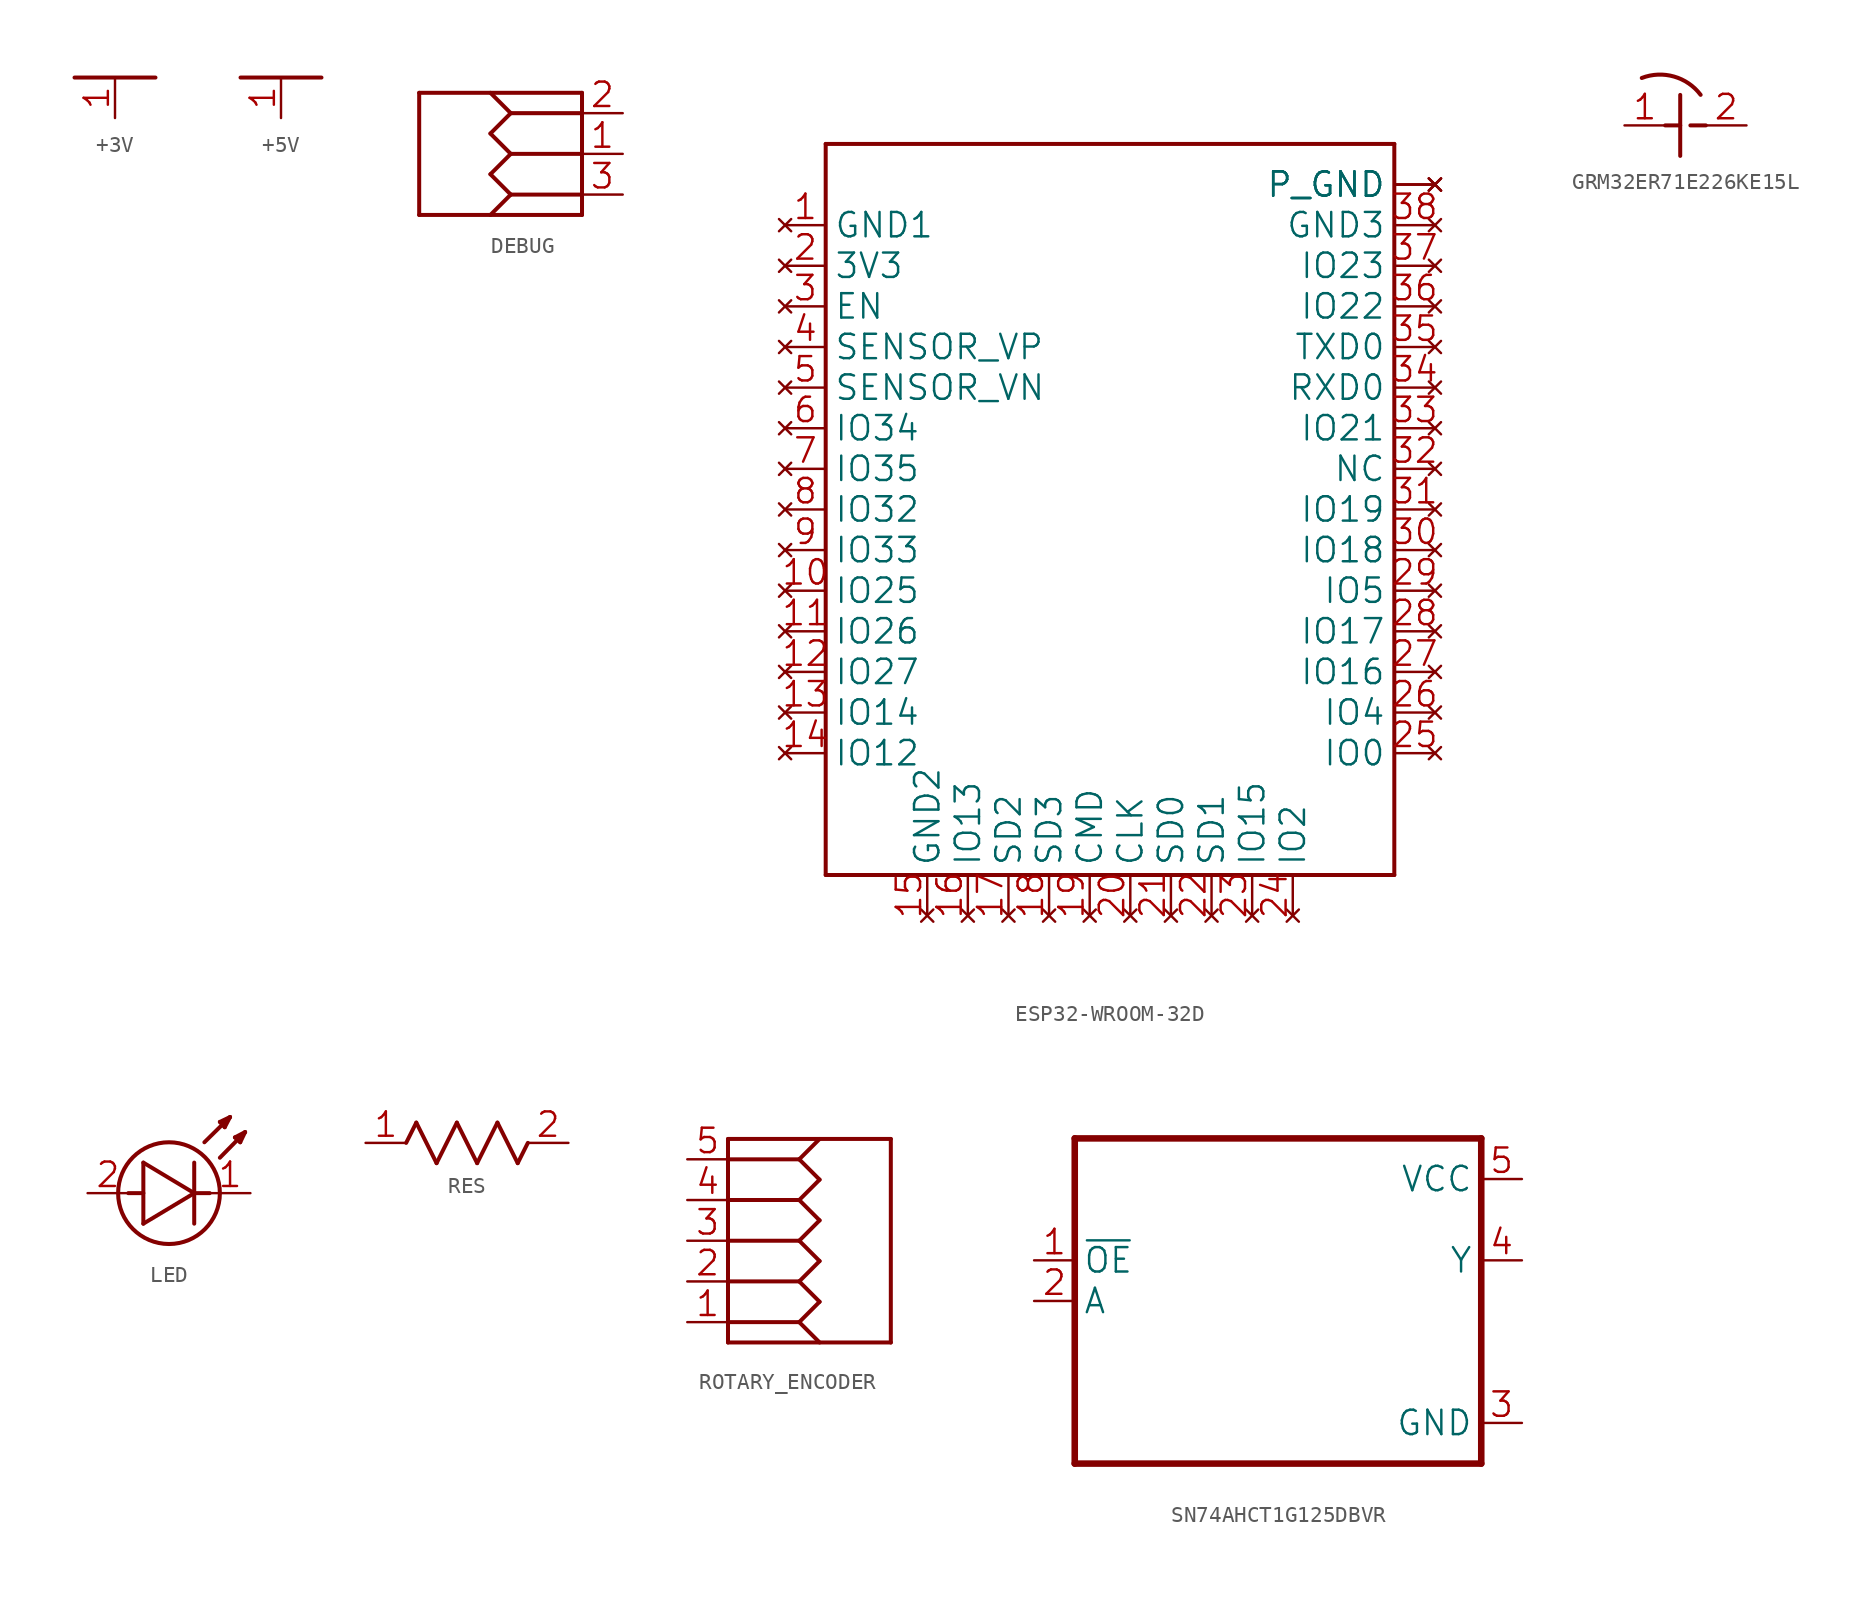
<source format=kicad_sym>
(kicad_symbol_lib
  (version 20241209)
  (generator "kicad_symbol_editor")
  (generator_version "9.0")
  (symbol "+3V"
    (power)
    (property "Reference" "#NetPort"
      (at 0 0 0)
      (effects (font (size 1.27 1.27)) (hide yes)))
    (property "ki_locked" ""
      (at 0 0 0)
      (effects (font (size 1.27 1.27))))
    (symbol "+3V_1_0"
      (polyline (pts (xy -2.54 0) (xy 2.54 0)) (stroke (width 0.25) (type solid)) (fill (type none)))
      (pin power_in line (at 0 -2.54 90) (length 2.54) (name "+3V3" (effects (font (size 0 0)))) (number "1" (effects (font (size 1.524 1.524)))))))
  (symbol "+5V"
    (power)
    (property "Reference" "#NetPort"
      (at 0 0 0)
      (effects (font (size 1.27 1.27)) (hide yes)))
    (property "ki_locked" ""
      (at 0 0 0)
      (effects (font (size 1.27 1.27))))
    (symbol "+5V_1_0"
      (polyline (pts (xy -2.54 0) (xy 2.54 0)) (stroke (width 0.25) (type solid)) (fill (type none)))
      (pin power_in line (at 0 -2.54 90) (length 2.54) (name "+5V" (effects (font (size 0 0)))) (number "1" (effects (font (size 1.524 1.524)))))))
  (symbol "DEBUG"
    (property "Reference" "J"
      (at 0 0 0)
      (effects (font (size 1.27 1.27)) (hide yes)))
    (property "ki_locked" ""
      (at 0 0 0)
      (effects (font (size 1.27 1.27))))
    (symbol "DEBUG_1_0"
      (polyline (pts (xy -5.08 3.81) (xy 5.08 3.81)) (stroke (width 0.25) (type solid)) (fill (type none)))
      (polyline (pts (xy -5.08 -3.81) (xy -5.08 3.81)) (stroke (width 0.25) (type solid)) (fill (type none)))
      (polyline (pts (xy -0.635 3.81) (xy 0.635 2.54)) (stroke (width 0.25) (type solid)) (fill (type none)))
      (polyline (pts (xy -0.635 1.27) (xy 0.635 2.54)) (stroke (width 0.25) (type solid)) (fill (type none)))
      (polyline (pts (xy -0.635 1.27) (xy 0.635 0)) (stroke (width 0.25) (type solid)) (fill (type none)))
      (polyline (pts (xy -0.635 -1.27) (xy 0.635 0)) (stroke (width 0.25) (type solid)) (fill (type none)))
      (polyline (pts (xy -0.635 -1.27) (xy 0.635 -2.54)) (stroke (width 0.25) (type solid)) (fill (type none)))
      (polyline (pts (xy -0.635 -3.81) (xy 0.635 -2.54)) (stroke (width 0.25) (type solid)) (fill (type none)))
      (polyline (pts (xy 0.635 2.54) (xy 5.08 2.54)) (stroke (width 0.25) (type solid)) (fill (type none)))
      (polyline (pts (xy 0.635 0) (xy 5.08 0)) (stroke (width 0.25) (type solid)) (fill (type none)))
      (polyline (pts (xy 0.635 -2.54) (xy 5.08 -2.54)) (stroke (width 0.25) (type solid)) (fill (type none)))
      (polyline (pts (xy 5.08 3.81) (xy 5.08 -3.81)) (stroke (width 0.25) (type solid)) (fill (type none)))
      (polyline (pts (xy 5.08 -3.81) (xy -5.08 -3.81)) (stroke (width 0.25) (type solid)) (fill (type none)))
      (pin passive line (at 7.62 2.54 180) (length 2.54) (name "3" (effects (font (size 0 0)))) (number "2" (effects (font (size 1.524 1.524)))))
      (pin passive line (at 7.62 0 180) (length 2.54) (name "2" (effects (font (size 0 0)))) (number "1" (effects (font (size 1.524 1.524)))))
      (pin passive line (at 7.62 -2.54 180) (length 2.54) (name "1" (effects (font (size 0 0)))) (number "3" (effects (font (size 1.524 1.524)))))))
  (symbol "ESP32-WROOM-32D"
    (property "Reference" "U"
      (at 0 0 0)
      (effects (font (size 1.27 1.27)) (hide yes)))
    (property "ki_locked" ""
      (at 0 0 0)
      (effects (font (size 1.27 1.27))))
    (symbol "ESP32-WROOM-32D_1_0"
      (polyline (pts (xy -17.78 22.86) (xy -17.78 -22.86)) (stroke (width 0.25) (type solid)) (fill (type none)))
      (polyline (pts (xy -17.78 -22.86) (xy 17.78 -22.86)) (stroke (width 0.25) (type solid)) (fill (type none)))
      (polyline (pts (xy 17.78 22.86) (xy -17.78 22.86)) (stroke (width 0.25) (type solid)) (fill (type none)))
      (polyline (pts (xy 17.78 -22.86) (xy 17.78 22.86)) (stroke (width 0.25) (type solid)) (fill (type none)))
      (pin no_connect line (at -20.32 17.78 0) (length 2.54) (name "GND1" (effects (font (size 1.524 1.524)))) (number "1" (effects (font (size 1.524 1.524)))))
      (pin no_connect line (at -20.32 15.24 0) (length 2.54) (name "3V3" (effects (font (size 1.524 1.524)))) (number "2" (effects (font (size 1.524 1.524)))))
      (pin no_connect line (at -20.32 12.7 0) (length 2.54) (name "EN" (effects (font (size 1.524 1.524)))) (number "3" (effects (font (size 1.524 1.524)))))
      (pin no_connect line (at -20.32 10.16 0) (length 2.54) (name "SENSOR_VP" (effects (font (size 1.524 1.524)))) (number "4" (effects (font (size 1.524 1.524)))))
      (pin no_connect line (at -20.32 7.62 0) (length 2.54) (name "SENSOR_VN" (effects (font (size 1.524 1.524)))) (number "5" (effects (font (size 1.524 1.524)))))
      (pin no_connect line (at -20.32 5.08 0) (length 2.54) (name "IO34" (effects (font (size 1.524 1.524)))) (number "6" (effects (font (size 1.524 1.524)))))
      (pin no_connect line (at -20.32 2.54 0) (length 2.54) (name "IO35" (effects (font (size 1.524 1.524)))) (number "7" (effects (font (size 1.524 1.524)))))
      (pin no_connect line (at -20.32 0 0) (length 2.54) (name "IO32" (effects (font (size 1.524 1.524)))) (number "8" (effects (font (size 1.524 1.524)))))
      (pin no_connect line (at -20.32 -2.54 0) (length 2.54) (name "IO33" (effects (font (size 1.524 1.524)))) (number "9" (effects (font (size 1.524 1.524)))))
      (pin no_connect line (at -20.32 -5.08 0) (length 2.54) (name "IO25" (effects (font (size 1.524 1.524)))) (number "10" (effects (font (size 1.524 1.524)))))
      (pin no_connect line (at -20.32 -7.62 0) (length 2.54) (name "IO26" (effects (font (size 1.524 1.524)))) (number "11" (effects (font (size 1.524 1.524)))))
      (pin no_connect line (at -20.32 -10.16 0) (length 2.54) (name "IO27" (effects (font (size 1.524 1.524)))) (number "12" (effects (font (size 1.524 1.524)))))
      (pin no_connect line (at -20.32 -12.7 0) (length 2.54) (name "IO14" (effects (font (size 1.524 1.524)))) (number "13" (effects (font (size 1.524 1.524)))))
      (pin no_connect line (at -20.32 -15.24 0) (length 2.54) (name "IO12" (effects (font (size 1.524 1.524)))) (number "14" (effects (font (size 1.524 1.524)))))
      (pin no_connect line (at -11.43 -25.4 90) (length 2.54) (name "GND2" (effects (font (size 1.524 1.524)))) (number "15" (effects (font (size 1.524 1.524)))))
      (pin no_connect line (at -8.89 -25.4 90) (length 2.54) (name "IO13" (effects (font (size 1.524 1.524)))) (number "16" (effects (font (size 1.524 1.524)))))
      (pin no_connect line (at -6.35 -25.4 90) (length 2.54) (name "SD2" (effects (font (size 1.524 1.524)))) (number "17" (effects (font (size 1.524 1.524)))))
      (pin no_connect line (at -3.81 -25.4 90) (length 2.54) (name "SD3" (effects (font (size 1.524 1.524)))) (number "18" (effects (font (size 1.524 1.524)))))
      (pin no_connect line (at -1.27 -25.4 90) (length 2.54) (name "CMD" (effects (font (size 1.524 1.524)))) (number "19" (effects (font (size 1.524 1.524)))))
      (pin no_connect line (at 1.27 -25.4 90) (length 2.54) (name "CLK" (effects (font (size 1.524 1.524)))) (number "20" (effects (font (size 1.524 1.524)))))
      (pin no_connect line (at 3.81 -25.4 90) (length 2.54) (name "SD0" (effects (font (size 1.524 1.524)))) (number "21" (effects (font (size 1.524 1.524)))))
      (pin no_connect line (at 6.35 -25.4 90) (length 2.54) (name "SD1" (effects (font (size 1.524 1.524)))) (number "22" (effects (font (size 1.524 1.524)))))
      (pin no_connect line (at 8.89 -25.4 90) (length 2.54) (name "IO15" (effects (font (size 1.524 1.524)))) (number "23" (effects (font (size 1.524 1.524)))))
      (pin no_connect line (at 11.43 -25.4 90) (length 2.54) (name "IO2" (effects (font (size 1.524 1.524)))) (number "24" (effects (font (size 1.524 1.524)))))
      (pin no_connect line (at 20.32 20.32 180) (length 2.54) (name "P_GND" (effects (font (size 1.524 1.524)))) (number "39" (effects (font (size 0 0)))))
      (pin no_connect line (at 20.32 20.32 180) (length 2.54) (name "P_GND" (effects (font (size 1.524 1.524)))) (number "42" (effects (font (size 0 0)))))
      (pin no_connect line (at 20.32 20.32 180) (length 2.54) (name "P_GND" (effects (font (size 1.524 1.524)))) (number "43" (effects (font (size 0 0)))))
      (pin no_connect line (at 20.32 17.78 180) (length 2.54) (name "GND3" (effects (font (size 1.524 1.524)))) (number "38" (effects (font (size 1.524 1.524)))))
      (pin no_connect line (at 20.32 15.24 180) (length 2.54) (name "IO23" (effects (font (size 1.524 1.524)))) (number "37" (effects (font (size 1.524 1.524)))))
      (pin no_connect line (at 20.32 12.7 180) (length 2.54) (name "IO22" (effects (font (size 1.524 1.524)))) (number "36" (effects (font (size 1.524 1.524)))))
      (pin no_connect line (at 20.32 10.16 180) (length 2.54) (name "TXD0" (effects (font (size 1.524 1.524)))) (number "35" (effects (font (size 1.524 1.524)))))
      (pin no_connect line (at 20.32 7.62 180) (length 2.54) (name "RXD0" (effects (font (size 1.524 1.524)))) (number "34" (effects (font (size 1.524 1.524)))))
      (pin no_connect line (at 20.32 5.08 180) (length 2.54) (name "IO21" (effects (font (size 1.524 1.524)))) (number "33" (effects (font (size 1.524 1.524)))))
      (pin no_connect line (at 20.32 2.54 180) (length 2.54) (name "NC" (effects (font (size 1.524 1.524)))) (number "32" (effects (font (size 1.524 1.524)))))
      (pin no_connect line (at 20.32 0 180) (length 2.54) (name "IO19" (effects (font (size 1.524 1.524)))) (number "31" (effects (font (size 1.524 1.524)))))
      (pin no_connect line (at 20.32 -2.54 180) (length 2.54) (name "IO18" (effects (font (size 1.524 1.524)))) (number "30" (effects (font (size 1.524 1.524)))))
      (pin no_connect line (at 20.32 -5.08 180) (length 2.54) (name "IO5" (effects (font (size 1.524 1.524)))) (number "29" (effects (font (size 1.524 1.524)))))
      (pin no_connect line (at 20.32 -7.62 180) (length 2.54) (name "IO17" (effects (font (size 1.524 1.524)))) (number "28" (effects (font (size 1.524 1.524)))))
      (pin no_connect line (at 20.32 -10.16 180) (length 2.54) (name "IO16" (effects (font (size 1.524 1.524)))) (number "27" (effects (font (size 1.524 1.524)))))
      (pin no_connect line (at 20.32 -12.7 180) (length 2.54) (name "IO4" (effects (font (size 1.524 1.524)))) (number "26" (effects (font (size 1.524 1.524)))))
      (pin no_connect line (at 20.32 -15.24 180) (length 2.54) (name "IO0" (effects (font (size 1.524 1.524)))) (number "25" (effects (font (size 1.524 1.524)))))))
  (symbol "GRM32ER71E226KE15L"
    (property "Reference" "C"
      (at 0 0 0)
      (effects (font (size 1.27 1.27)) (hide yes)))
    (property "ki_locked" ""
      (at 0 0 0)
      (effects (font (size 1.27 1.27))))
    (symbol "GRM32ER71E226KE15L_1_0"
      (arc (start -2.7303 2.963) (mid -0.7171 3.0519) (end 0.944 1.911) (stroke (width 0.254) (type solid)) (fill (type none)))
      (polyline (pts (xy -1.27 0) (xy -0.33 0)) (stroke (width 0.25) (type solid)) (fill (type none)))
      (polyline (pts (xy -0.33 -1.905) (xy -0.33 1.905)) (stroke (width 0.25) (type solid)) (fill (type none)))
      (polyline (pts (xy 0.305 0) (xy 1.27 0)) (stroke (width 0.25) (type solid)) (fill (type none)))
      (pin passive line (at -3.81 0 0) (length 2.54) (name "1" (effects (font (size 0 0)))) (number "1" (effects (font (size 1.524 1.524)))))
      (pin passive line (at 3.81 0 180) (length 2.54) (name "2" (effects (font (size 0 0)))) (number "2" (effects (font (size 1.524 1.524)))))))
  (symbol "LED"
    (property "Reference" "D"
      (at 0 0 0)
      (effects (font (size 1.27 1.27)) (hide yes)))
    (property "ki_locked" ""
      (at 0 0 0)
      (effects (font (size 1.27 1.27))))
    (symbol "LED_1_0"
      (polyline (pts (xy -3.327 -0.787) (xy -2.388 -0.787)) (stroke (width 0.25) (type solid)) (fill (type none)))
      (polyline (pts (xy -2.388 1.118) (xy -2.388 -2.692)) (stroke (width 0.25) (type solid)) (fill (type none)))
      (polyline (pts (xy -2.388 -2.692) (xy 0.787 -0.787)) (stroke (width 0.25) (type solid)) (fill (type none)))
      (circle (center -0.787 -0.787) (radius 3.175) (stroke (width 0.254) (type solid)) (fill (type none)))
      (polyline (pts (xy 0.787 -0.787) (xy -2.388 1.118)) (stroke (width 0.25) (type solid)) (fill (type none)))
      (polyline (pts (xy 0.787 -0.787) (xy 1.753 -0.787)) (stroke (width 0.25) (type solid)) (fill (type none)))
      (polyline (pts (xy 0.787 -2.692) (xy 0.787 1.118)) (stroke (width 0.25) (type solid)) (fill (type none)))
      (polyline (pts (xy 1.422 2.388) (xy 3.023 3.962)) (stroke (width 0.25) (type solid)) (fill (type none)))
      (polyline (pts (xy 2.388 3.658) (xy 2.692 3.327)) (stroke (width 0.25) (type solid)) (fill (type none)))
      (polyline (pts (xy 2.388 1.422) (xy 3.962 3.023)) (stroke (width 0.25) (type solid)) (fill (type none)))
      (polyline (pts (xy 2.692 3.327) (xy 3.023 3.962)) (stroke (width 0.25) (type solid)) (fill (type none)))
      (polyline (pts (xy 3.023 3.962) (xy 2.388 3.658)) (stroke (width 0.25) (type solid)) (fill (type none)))
      (polyline (pts (xy 3.327 2.692) (xy 3.658 2.388)) (stroke (width 0.25) (type solid)) (fill (type none)))
      (polyline (pts (xy 3.658 2.388) (xy 3.962 3.023)) (stroke (width 0.25) (type solid)) (fill (type none)))
      (polyline (pts (xy 3.962 3.023) (xy 3.327 2.692)) (stroke (width 0.25) (type solid)) (fill (type none)))
      (pin passive line (at -5.867 -0.787 0) (length 2.54) (name "A" (effects (font (size 0 0)))) (number "2" (effects (font (size 1.524 1.524)))))
      (pin passive line (at 4.293 -0.787 180) (length 2.54) (name "K" (effects (font (size 0 0)))) (number "1" (effects (font (size 1.524 1.524)))))))
  (symbol "RES"
    (property "Reference" "R"
      (at 0 0 0)
      (effects (font (size 1.27 1.27)) (hide yes)))
    (property "ki_locked" ""
      (at 0 0 0)
      (effects (font (size 1.27 1.27))))
    (symbol "RES_1_0"
      (polyline (pts (xy -3.81 0) (xy -3.175 1.27)) (stroke (width 0.25) (type solid)) (fill (type none)))
      (polyline (pts (xy -3.175 1.27) (xy -1.905 -1.27)) (stroke (width 0.25) (type solid)) (fill (type none)))
      (polyline (pts (xy -1.905 -1.27) (xy -0.635 1.27)) (stroke (width 0.25) (type solid)) (fill (type none)))
      (polyline (pts (xy -0.635 1.27) (xy 0.635 -1.27)) (stroke (width 0.25) (type solid)) (fill (type none)))
      (polyline (pts (xy 0.635 -1.27) (xy 1.905 1.27)) (stroke (width 0.25) (type solid)) (fill (type none)))
      (polyline (pts (xy 1.905 1.27) (xy 3.175 -1.27)) (stroke (width 0.25) (type solid)) (fill (type none)))
      (polyline (pts (xy 3.175 -1.27) (xy 3.81 0)) (stroke (width 0.25) (type solid)) (fill (type none)))
      (pin passive line (at -6.35 0 0) (length 2.54) (name "A" (effects (font (size 0 0)))) (number "1" (effects (font (size 1.524 1.524)))))
      (pin passive line (at 6.35 0 180) (length 2.54) (name "B" (effects (font (size 0 0)))) (number "2" (effects (font (size 1.524 1.524)))))))
  (symbol "ROTARY_ENCODER"
    (property "Reference" "J"
      (at 0 0 0)
      (effects (font (size 1.27 1.27)) (hide yes)))
    (property "ki_locked" ""
      (at 0 0 0)
      (effects (font (size 1.27 1.27))))
    (symbol "ROTARY_ENCODER_1_0"
      (polyline (pts (xy -5.08 6.35) (xy 5.08 6.35)) (stroke (width 0.25) (type solid)) (fill (type none)))
      (polyline (pts (xy -5.08 -6.35) (xy -5.08 6.35)) (stroke (width 0.25) (type solid)) (fill (type none)))
      (polyline (pts (xy -0.635 5.08) (xy -5.08 5.08)) (stroke (width 0.25) (type solid)) (fill (type none)))
      (polyline (pts (xy -0.635 2.54) (xy -5.08 2.54)) (stroke (width 0.25) (type solid)) (fill (type none)))
      (polyline (pts (xy -0.635 0) (xy -5.08 0)) (stroke (width 0.25) (type solid)) (fill (type none)))
      (polyline (pts (xy -0.635 -2.54) (xy -5.08 -2.54)) (stroke (width 0.25) (type solid)) (fill (type none)))
      (polyline (pts (xy -0.635 -5.08) (xy -5.08 -5.08)) (stroke (width 0.25) (type solid)) (fill (type none)))
      (polyline (pts (xy 0.635 6.35) (xy -0.635 5.08)) (stroke (width 0.25) (type solid)) (fill (type none)))
      (polyline (pts (xy 0.635 3.81) (xy -0.635 5.08)) (stroke (width 0.25) (type solid)) (fill (type none)))
      (polyline (pts (xy 0.635 3.81) (xy -0.635 2.54)) (stroke (width 0.25) (type solid)) (fill (type none)))
      (polyline (pts (xy 0.635 1.27) (xy -0.635 2.54)) (stroke (width 0.25) (type solid)) (fill (type none)))
      (polyline (pts (xy 0.635 1.27) (xy -0.635 0)) (stroke (width 0.25) (type solid)) (fill (type none)))
      (polyline (pts (xy 0.635 -1.27) (xy -0.635 0)) (stroke (width 0.25) (type solid)) (fill (type none)))
      (polyline (pts (xy 0.635 -1.27) (xy -0.635 -2.54)) (stroke (width 0.25) (type solid)) (fill (type none)))
      (polyline (pts (xy 0.635 -3.81) (xy -0.635 -2.54)) (stroke (width 0.25) (type solid)) (fill (type none)))
      (polyline (pts (xy 0.635 -3.81) (xy -0.635 -5.08)) (stroke (width 0.25) (type solid)) (fill (type none)))
      (polyline (pts (xy 0.635 -6.35) (xy -0.635 -5.08)) (stroke (width 0.25) (type solid)) (fill (type none)))
      (polyline (pts (xy 5.08 6.35) (xy 5.08 -6.35)) (stroke (width 0.25) (type solid)) (fill (type none)))
      (polyline (pts (xy 5.08 -6.35) (xy -5.08 -6.35)) (stroke (width 0.25) (type solid)) (fill (type none)))
      (pin passive line (at -7.62 5.08 0) (length 2.54) (name "P5" (effects (font (size 0 0)))) (number "5" (effects (font (size 1.524 1.524)))))
      (pin passive line (at -7.62 2.54 0) (length 2.54) (name "P4" (effects (font (size 0 0)))) (number "4" (effects (font (size 1.524 1.524)))))
      (pin passive line (at -7.62 0 0) (length 2.54) (name "P3" (effects (font (size 0 0)))) (number "3" (effects (font (size 1.524 1.524)))))
      (pin passive line (at -7.62 -2.54 0) (length 2.54) (name "P2" (effects (font (size 0 0)))) (number "2" (effects (font (size 1.524 1.524)))))
      (pin passive line (at -7.62 -5.08 0) (length 2.54) (name "P1" (effects (font (size 0 0)))) (number "1" (effects (font (size 1.524 1.524)))))))
  (symbol "SN74AHCT1G125DBVR"
    (property "Reference" "U"
      (at 0 0 0)
      (effects (font (size 1.27 1.27)) (hide yes)))
    (property "ki_locked" ""
      (at 0 0 0)
      (effects (font (size 1.27 1.27))))
    (symbol "SN74AHCT1G125DBVR_1_0"
      (polyline (pts (xy -12.7 10.16) (xy 12.7 10.16)) (stroke (width 0.41) (type solid)) (fill (type none)))
      (polyline (pts (xy -12.7 -10.16) (xy -12.7 10.16)) (stroke (width 0.41) (type solid)) (fill (type none)))
      (polyline (pts (xy 12.7 10.16) (xy 12.7 -10.16)) (stroke (width 0.41) (type solid)) (fill (type none)))
      (polyline (pts (xy 12.7 -10.16) (xy -12.7 -10.16)) (stroke (width 0.41) (type solid)) (fill (type none)))
      (pin input line (at -15.24 2.54 0) (length 2.54) (name "~{OE}" (effects (font (size 1.524 1.524)))) (number "1" (effects (font (size 1.524 1.524)))))
      (pin input line (at -15.24 0 0) (length 2.54) (name "A" (effects (font (size 1.524 1.524)))) (number "2" (effects (font (size 1.524 1.524)))))
      (pin power_in line (at 15.24 7.62 180) (length 2.54) (name "VCC" (effects (font (size 1.524 1.524)))) (number "5" (effects (font (size 1.524 1.524)))))
      (pin output line (at 15.24 2.54 180) (length 2.54) (name "Y" (effects (font (size 1.524 1.524)))) (number "4" (effects (font (size 1.524 1.524)))))
      (pin power_in line (at 15.24 -7.62 180) (length 2.54) (name "GND" (effects (font (size 1.524 1.524)))) (number "3" (effects (font (size 1.524 1.524))))))))
</source>
